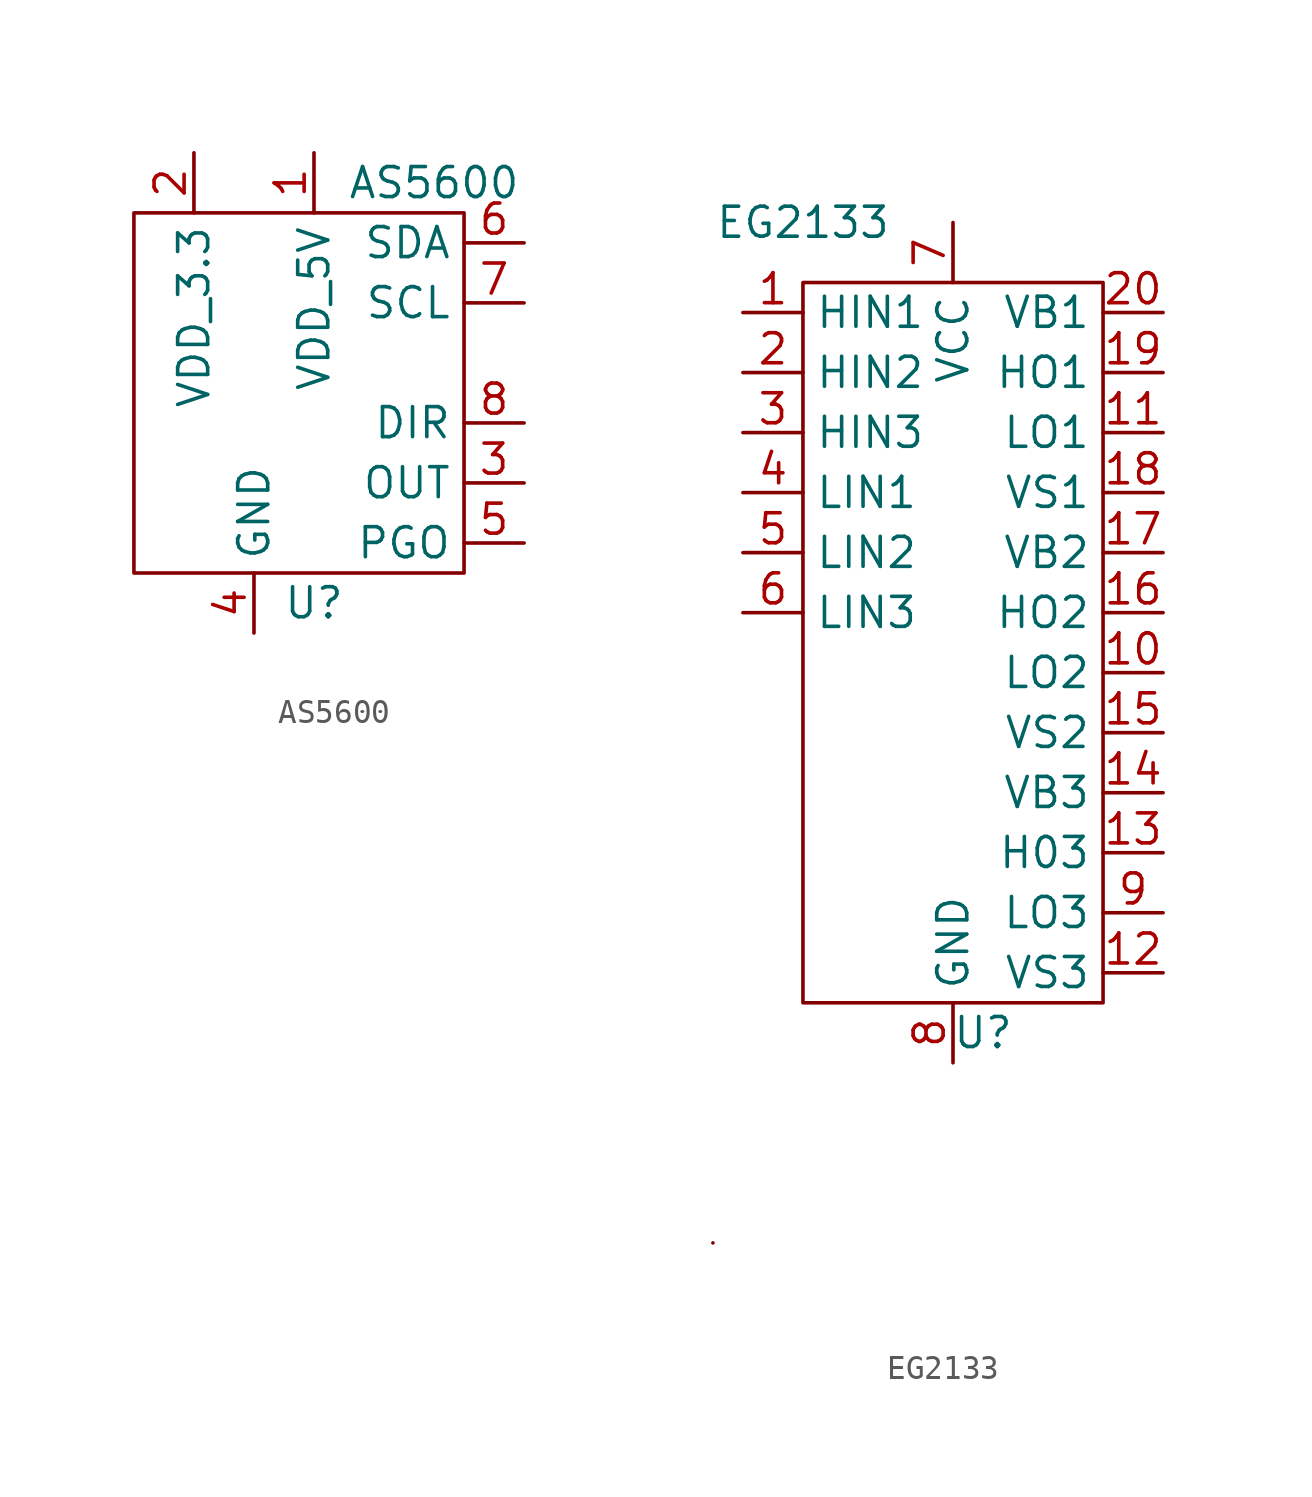
<source format=kicad_sym>
(kicad_symbol_lib
  (version 20220102)
  (generator kicad_symbol_editor)
  (symbol "AS5600"
    (property "Reference" "U"
      (at 2.54 -8.89 0)
      (effects (font (size 1.27 1.27))))
    (property "Value" "AS5600"
      (at 7.62 8.89 0)
      (effects (font (size 1.27 1.27))))
    (symbol "AS5600_0_1"
      (rectangle (start -5.08 7.62) (end 8.89 -7.62) (stroke (width 0) (type default)) (fill (type none))))
    (symbol "AS5600_1_1"
      (pin power_in line (at 2.54 10.16 270) (length 2.54) (name "VDD_5V" (effects (font (size 1.27 1.27)))) (number "1" (effects (font (size 1.27 1.27)))))
      (pin power_in line (at -2.54 10.16 270) (length 2.54) (name "VDD_3.3" (effects (font (size 1.27 1.27)))) (number "2" (effects (font (size 1.27 1.27)))))
      (pin bidirectional line (at 11.43 -3.81 180) (length 2.54) (name "OUT" (effects (font (size 1.27 1.27)))) (number "3" (effects (font (size 1.27 1.27)))))
      (pin power_in line (at 0 -10.16 90) (length 2.54) (name "GND" (effects (font (size 1.27 1.27)))) (number "4" (effects (font (size 1.27 1.27)))))
      (pin bidirectional line (at 11.43 -6.35 180) (length 2.54) (name "PGO" (effects (font (size 1.27 1.27)))) (number "5" (effects (font (size 1.27 1.27)))))
      (pin bidirectional line (at 11.43 6.35 180) (length 2.54) (name "SDA" (effects (font (size 1.27 1.27)))) (number "6" (effects (font (size 1.27 1.27)))))
      (pin bidirectional line (at 11.43 3.81 180) (length 2.54) (name "SCL" (effects (font (size 1.27 1.27)))) (number "7" (effects (font (size 1.27 1.27)))))
      (pin bidirectional line (at 11.43 -1.27 180) (length 2.54) (name "DIR" (effects (font (size 1.27 1.27)))) (number "8" (effects (font (size 1.27 1.27)))))))
  (symbol "EG2133"
    (property "Reference" "U"
      (at 1.27 -26.67 0)
      (effects (font (size 1.27 1.27))))
    (property "Value" "EG2133"
      (at -6.35 7.62 0)
      (effects (font (size 1.27 1.27))))
    (symbol "EG2133_0_1"
      (rectangle (start -10.16 -35.56) (end -10.16 -35.56) (stroke (width 0) (type default)) (fill (type none)))
      (rectangle (start -6.35 5.08) (end 6.35 -25.4) (stroke (width 0) (type default)) (fill (type none))))
    (symbol "EG2133_1_1"
      (pin input line (at -8.89 3.81 0) (length 2.54) (name "HIN1" (effects (font (size 1.27 1.27)))) (number "1" (effects (font (size 1.27 1.27)))))
      (pin output line (at 8.89 -11.43 180) (length 2.54) (name "LO2" (effects (font (size 1.27 1.27)))) (number "10" (effects (font (size 1.27 1.27)))))
      (pin output line (at 8.89 -1.27 180) (length 2.54) (name "LO1" (effects (font (size 1.27 1.27)))) (number "11" (effects (font (size 1.27 1.27)))))
      (pin input line (at 8.89 -24.13 180) (length 2.54) (name "VS3" (effects (font (size 1.27 1.27)))) (number "12" (effects (font (size 1.27 1.27)))))
      (pin output line (at 8.89 -19.05 180) (length 2.54) (name "H03" (effects (font (size 1.27 1.27)))) (number "13" (effects (font (size 1.27 1.27)))))
      (pin output line (at 8.89 -16.51 180) (length 2.54) (name "VB3" (effects (font (size 1.27 1.27)))) (number "14" (effects (font (size 1.27 1.27)))))
      (pin input line (at 8.89 -13.97 180) (length 2.54) (name "VS2" (effects (font (size 1.27 1.27)))) (number "15" (effects (font (size 1.27 1.27)))))
      (pin output line (at 8.89 -8.89 180) (length 2.54) (name "HO2" (effects (font (size 1.27 1.27)))) (number "16" (effects (font (size 1.27 1.27)))))
      (pin input line (at 8.89 -6.35 180) (length 2.54) (name "VB2" (effects (font (size 1.27 1.27)))) (number "17" (effects (font (size 1.27 1.27)))))
      (pin input line (at 8.89 -3.81 180) (length 2.54) (name "VS1" (effects (font (size 1.27 1.27)))) (number "18" (effects (font (size 1.27 1.27)))))
      (pin output line (at 8.89 1.27 180) (length 2.54) (name "HO1" (effects (font (size 1.27 1.27)))) (number "19" (effects (font (size 1.27 1.27)))))
      (pin input line (at -8.89 1.27 0) (length 2.54) (name "HIN2" (effects (font (size 1.27 1.27)))) (number "2" (effects (font (size 1.27 1.27)))))
      (pin input line (at 8.89 3.81 180) (length 2.54) (name "VB1" (effects (font (size 1.27 1.27)))) (number "20" (effects (font (size 1.27 1.27)))))
      (pin input line (at -8.89 -1.27 0) (length 2.54) (name "HIN3" (effects (font (size 1.27 1.27)))) (number "3" (effects (font (size 1.27 1.27)))))
      (pin input line (at -8.89 -3.81 0) (length 2.54) (name "LIN1" (effects (font (size 1.27 1.27)))) (number "4" (effects (font (size 1.27 1.27)))))
      (pin input line (at -8.89 -6.35 0) (length 2.54) (name "LIN2" (effects (font (size 1.27 1.27)))) (number "5" (effects (font (size 1.27 1.27)))))
      (pin input line (at -8.89 -8.89 0) (length 2.54) (name "LIN3" (effects (font (size 1.27 1.27)))) (number "6" (effects (font (size 1.27 1.27)))))
      (pin power_in line (at 0 7.62 270) (length 2.54) (name "VCC" (effects (font (size 1.27 1.27)))) (number "7" (effects (font (size 1.27 1.27)))))
      (pin power_in line (at 0 -27.94 90) (length 2.54) (name "GND" (effects (font (size 1.27 1.27)))) (number "8" (effects (font (size 1.27 1.27)))))
      (pin output line (at 8.89 -21.59 180) (length 2.54) (name "LO3" (effects (font (size 1.27 1.27)))) (number "9" (effects (font (size 1.27 1.27))))))))
</source>
